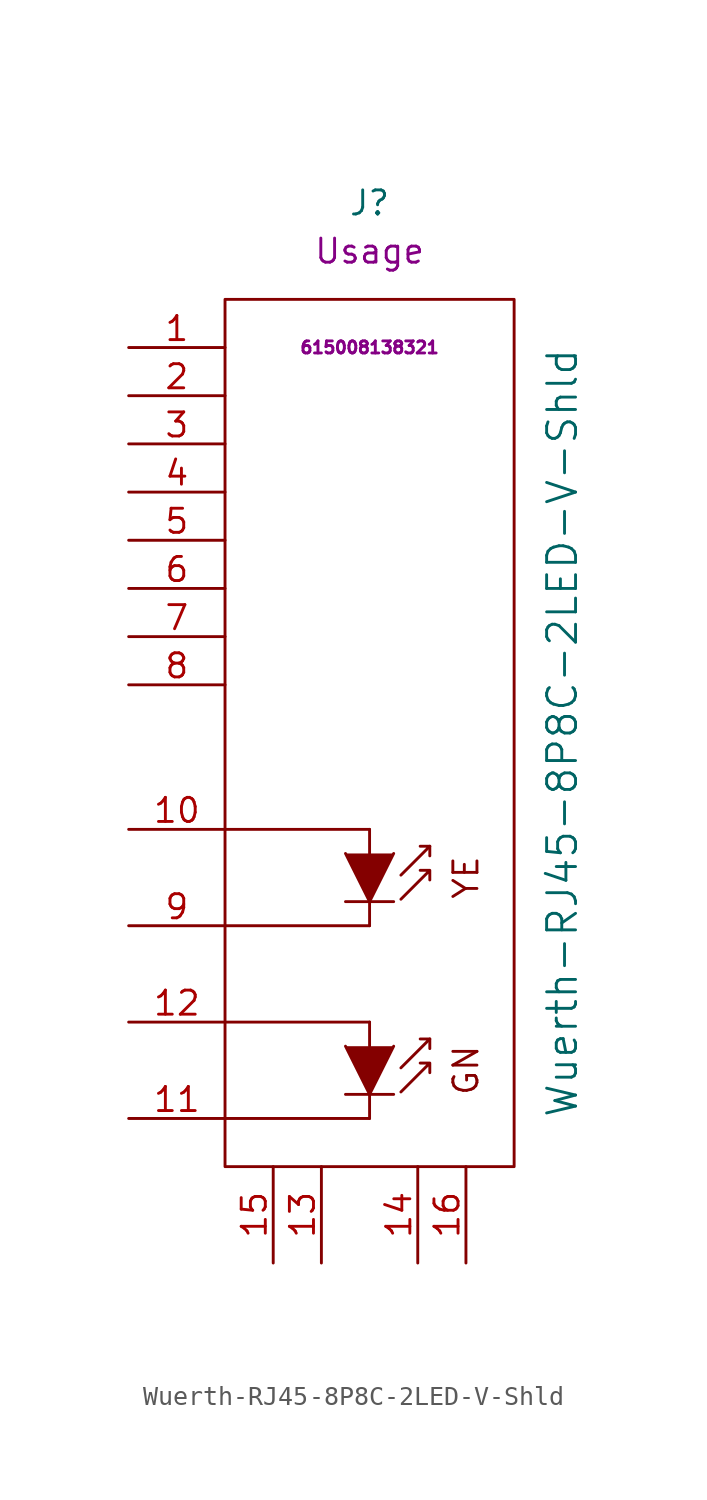
<source format=kicad_sym>
(kicad_symbol_lib
  (version 20220914)
  (generator kicad_symbol_editor)
  (symbol "Wuerth-RJ45-8P8C-2LED-V-Shld"
    (pin_names
      (offset 0.254) hide)
    (property "Reference" "J"
      (at 0 30.48 0)
      (effects (font (size 1.27 1.27))))
    (property "Value" "Wuerth-RJ45-8P8C-2LED-V-Shld"
      (at 10.16 2.54 90)
      (effects (font (size 1.524 1.524))))
    (property "ID" "615008138321"
      (at 0 22.86 0)
      (effects (font (size 0.635 0.635))))
    (property "Usage" "Usage"
      (at 0 27.94 0)
      (effects (font (size 1.27 1.27))))
    (symbol "Wuerth-RJ45-8P8C-2LED-V-Shld_0_1"
      (rectangle (start -7.62 25.4) (end 7.62 -20.32) (stroke (width 0) (type default)) (fill (type none)))
      (polyline (pts (xy -7.62 -17.78) (xy 0 -17.78)) (stroke (width 0) (type default)) (fill (type none)))
      (polyline (pts (xy -7.62 -12.7) (xy 0 -12.7)) (stroke (width 0) (type default)) (fill (type none)))
      (polyline (pts (xy -7.62 -7.62) (xy 0 -7.62)) (stroke (width 0) (type default)) (fill (type none)))
      (polyline (pts (xy -7.62 -2.54) (xy 0 -2.54)) (stroke (width 0) (type default)) (fill (type none)))
      (polyline (pts (xy 0 -17.78) (xy 0 -16.51)) (stroke (width 0) (type default)) (fill (type none)))
      (polyline (pts (xy 0 -13.97) (xy 0 -12.7)) (stroke (width 0) (type default)) (fill (type none)))
      (polyline (pts (xy 0 -7.62) (xy 0 -6.35)) (stroke (width 0) (type default)) (fill (type none)))
      (polyline (pts (xy 0 -3.81) (xy 0 -2.54)) (stroke (width 0) (type default)) (fill (type none)))
      (polyline (pts (xy 1.27 -16.51) (xy -1.27 -16.51)) (stroke (width 0.152) (type default)) (fill (type none)))
      (polyline (pts (xy 1.27 -6.35) (xy -1.27 -6.35)) (stroke (width 0.152) (type default)) (fill (type none)))
      (polyline (pts (xy 3.175 -13.589) (xy 3.175 -14.097)) (stroke (width 0) (type default)) (fill (type none)))
      (polyline (pts (xy 3.175 -3.429) (xy 3.175 -3.937)) (stroke (width 0) (type default)) (fill (type none)))
      (polyline (pts (xy 1.27 -13.97) (xy 0 -16.51) (xy -1.27 -13.97)) (stroke (width 0) (type default)) (fill (type outline)))
      (polyline (pts (xy 1.27 -3.81) (xy 0 -6.35) (xy -1.27 -3.81)) (stroke (width 0) (type default)) (fill (type outline)))
      (polyline (pts (xy 1.651 -15.113) (xy 3.175 -13.589) (xy 2.667 -13.589)) (stroke (width 0) (type default)) (fill (type none)))
      (polyline (pts (xy 1.651 -4.953) (xy 3.175 -3.429) (xy 2.667 -3.429)) (stroke (width 0) (type default)) (fill (type none)))
      (polyline (pts (xy 1.651 -16.383) (xy 3.175 -14.859) (xy 2.667 -14.859) (xy 3.175 -14.859) (xy 3.175 -15.367)) (stroke (width 0) (type default)) (fill (type none)))
      (polyline (pts (xy 1.651 -6.223) (xy 3.175 -4.699) (xy 2.667 -4.699) (xy 3.175 -4.699) (xy 3.175 -5.207)) (stroke (width 0) (type default)) (fill (type none))))
    (symbol "Wuerth-RJ45-8P8C-2LED-V-Shld_1_1"
      (text "GN" (at 5.08 -15.24 900) (effects (font (size 1.27 1.27))))
      (text "YE" (at 5.08 -5.08 900) (effects (font (size 1.27 1.27))))
      (pin passive line (at -12.7 22.86 0) (length 5.08) (name "1" (effects (font (size 1.27 1.27)))) (number "1" (effects (font (size 1.27 1.27)))))
      (pin passive line (at -12.7 -2.54 0) (length 5.08) (name "10" (effects (font (size 1.27 1.27)))) (number "10" (effects (font (size 1.27 1.27)))))
      (pin passive line (at -12.7 -17.78 0) (length 5.08) (name "11" (effects (font (size 1.27 1.27)))) (number "11" (effects (font (size 1.27 1.27)))))
      (pin passive line (at -12.7 -12.7 0) (length 5.08) (name "12" (effects (font (size 1.27 1.27)))) (number "12" (effects (font (size 1.27 1.27)))))
      (pin passive line (at -2.54 -25.4 90) (length 5.08) (name "HS0" (effects (font (size 1.27 1.27)))) (number "13" (effects (font (size 1.27 1.27)))))
      (pin passive line (at 2.54 -25.4 90) (length 5.08) (name "HS1" (effects (font (size 1.27 1.27)))) (number "14" (effects (font (size 1.27 1.27)))))
      (pin passive line (at -5.08 -25.4 90) (length 5.08) (name "SHLD0" (effects (font (size 1.27 1.27)))) (number "15" (effects (font (size 1.27 1.27)))))
      (pin passive line (at 5.08 -25.4 90) (length 5.08) (name "SHLD1" (effects (font (size 1.27 1.27)))) (number "16" (effects (font (size 1.27 1.27)))))
      (pin passive line (at -12.7 20.32 0) (length 5.08) (name "2" (effects (font (size 1.27 1.27)))) (number "2" (effects (font (size 1.27 1.27)))))
      (pin passive line (at -12.7 17.78 0) (length 5.08) (name "3" (effects (font (size 1.27 1.27)))) (number "3" (effects (font (size 1.27 1.27)))))
      (pin passive line (at -12.7 15.24 0) (length 5.08) (name "4" (effects (font (size 1.27 1.27)))) (number "4" (effects (font (size 1.27 1.27)))))
      (pin passive line (at -12.7 12.7 0) (length 5.08) (name "5" (effects (font (size 1.27 1.27)))) (number "5" (effects (font (size 1.27 1.27)))))
      (pin passive line (at -12.7 10.16 0) (length 5.08) (name "6" (effects (font (size 1.27 1.27)))) (number "6" (effects (font (size 1.27 1.27)))))
      (pin passive line (at -12.7 7.62 0) (length 5.08) (name "7" (effects (font (size 1.27 1.27)))) (number "7" (effects (font (size 1.27 1.27)))))
      (pin passive line (at -12.7 5.08 0) (length 5.08) (name "8" (effects (font (size 1.27 1.27)))) (number "8" (effects (font (size 1.27 1.27)))))
      (pin passive line (at -12.7 -7.62 0) (length 5.08) (name "9" (effects (font (size 1.27 1.27)))) (number "9" (effects (font (size 1.27 1.27))))))))
</source>
